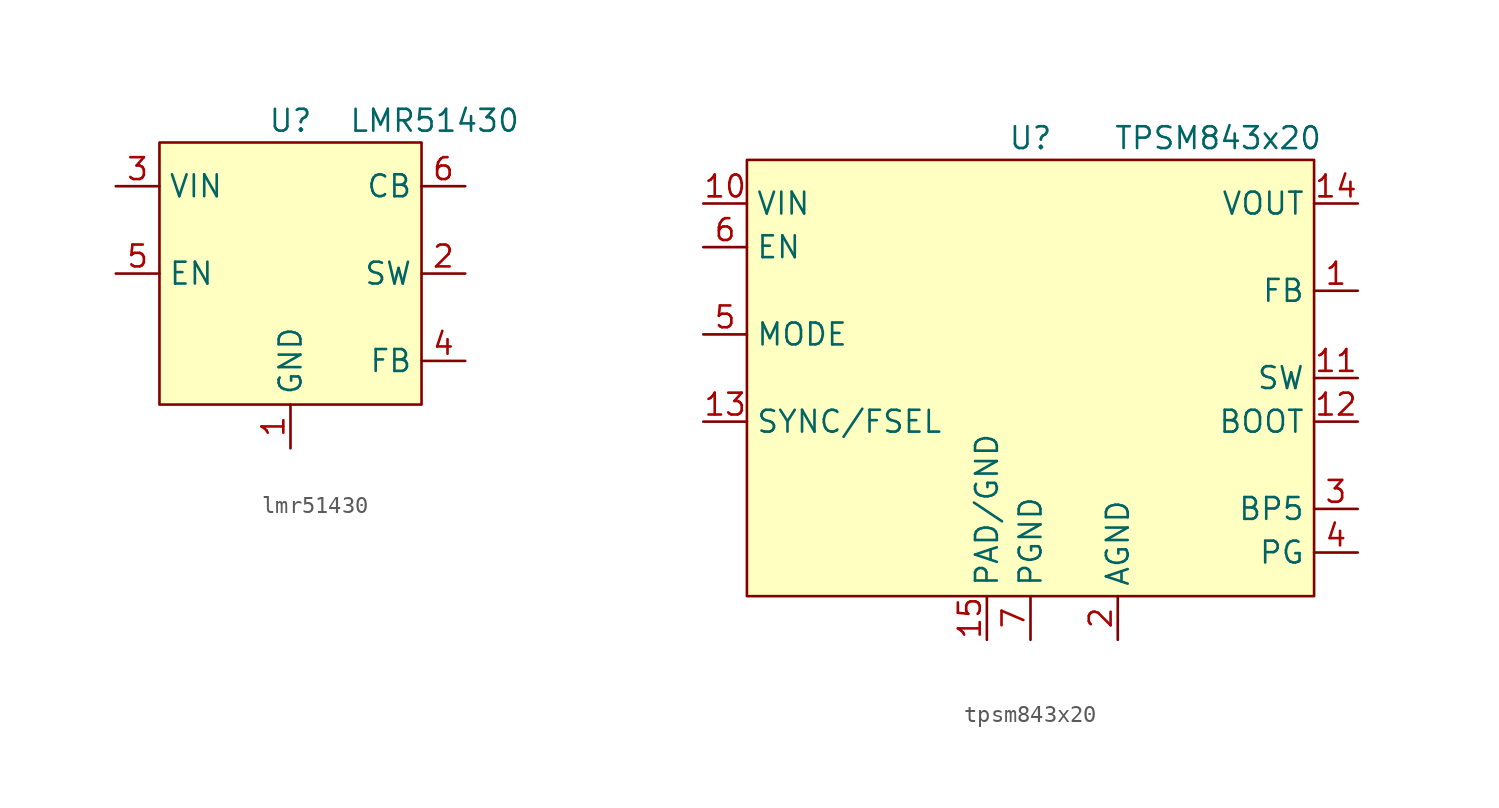
<source format=kicad_sym>
(kicad_symbol_lib
  (version 20241209)
  (generator "kicad_symbol_editor")
  (generator_version "9.0")
  (symbol "lmr51430"
    (property "Reference" "U"
      (at 0 8.89 0)
      (effects (font (size 1.27 1.27))))
    (property "Value" "LMR51430"
      (at 8.382 8.89 0)
      (effects (font (size 1.27 1.27))))
    (symbol "lmr51430_0_0"
      (pin input line (at -10.16 0 0) (length 2.54) (name "EN" (effects (font (size 1.27 1.27)))) (number "5" (effects (font (size 1.27 1.27)))))
      (pin power_in line (at 0 -10.16 90) (length 2.54) (name "GND" (effects (font (size 1.27 1.27)))) (number "1" (effects (font (size 1.27 1.27)))))
      (pin input line (at 10.16 5.08 180) (length 2.54) (name "CB" (effects (font (size 1.27 1.27)))) (number "6" (effects (font (size 1.27 1.27)))))
      (pin input line (at 10.16 -5.08 180) (length 2.54) (name "FB" (effects (font (size 1.27 1.27)))) (number "4" (effects (font (size 1.27 1.27))))))
    (symbol "lmr51430_1_0"
      (pin power_in line (at -10.16 5.08 0) (length 2.54) (name "VIN" (effects (font (size 1.27 1.27)))) (number "3" (effects (font (size 1.27 1.27)))))
      (pin power_out line (at 10.16 0 180) (length 2.54) (name "SW" (effects (font (size 1.27 1.27)))) (number "2" (effects (font (size 1.27 1.27))))))
    (symbol "lmr51430_1_1"
      (rectangle (start -7.62 7.62) (end 7.62 -7.62) (stroke (width 0) (type default)) (fill (type background)))))
  (symbol "tpsm843x20"
    (property "Reference" "U"
      (at 0 13.97 0)
      (effects (font (size 1.27 1.27))))
    (property "Value" "TPSM843x20"
      (at 10.922 13.97 0)
      (effects (font (size 1.27 1.27))))
    (symbol "tpsm843x20_0_0"
      (pin power_in line (at -19.05 10.16 0) (length 2.54) (name "VIN" (effects (font (size 1.27 1.27)))) (number "10" (effects (font (size 1.27 1.27)))))
      (pin input line (at -19.05 7.62 0) (length 2.54) (name "EN" (effects (font (size 1.27 1.27)))) (number "6" (effects (font (size 1.27 1.27)))))
      (pin input line (at -19.05 2.54 0) (length 2.54) (name "MODE" (effects (font (size 1.27 1.27)))) (number "5" (effects (font (size 1.27 1.27)))))
      (pin power_out line (at 19.05 10.16 180) (length 2.54) (name "VOUT" (effects (font (size 1.27 1.27)))) (number "14" (effects (font (size 1.27 1.27)))))
      (pin input line (at 19.05 5.08 180) (length 2.54) (name "FB" (effects (font (size 1.27 1.27)))) (number "1" (effects (font (size 1.27 1.27)))))
      (pin output line (at 19.05 -10.16 180) (length 2.54) (name "PG" (effects (font (size 1.27 1.27)))) (number "4" (effects (font (size 1.27 1.27))))))
    (symbol "tpsm843x20_1_0"
      (pin input line (at -19.05 -2.54 0) (length 2.54) (name "SYNC/FSEL" (effects (font (size 1.27 1.27)))) (number "13" (effects (font (size 1.27 1.27)))))
      (pin passive line (at -2.54 -15.24 90) (length 2.54) (name "PAD/GND" (effects (font (size 1.27 1.27)))) (number "15" (effects (font (size 1.27 1.27)))))
      (pin power_in line (at 0 -15.24 90) (length 2.54) (name "PGND" (effects (font (size 1.27 1.27)))) (number "7" (effects (font (size 1.27 1.27)))))
      (pin passive line (at 0 -15.24 90) (length 2.54) (hide yes) (name "PGND" (effects (font (size 1.27 1.27)))) (number "8" (effects (font (size 1.27 1.27)))))
      (pin passive line (at 0 -15.24 90) (length 2.54) (hide yes) (name "PGND" (effects (font (size 1.27 1.27)))) (number "9" (effects (font (size 1.27 1.27)))))
      (pin power_in line (at 5.08 -15.24 90) (length 2.54) (name "AGND" (effects (font (size 1.27 1.27)))) (number "2" (effects (font (size 1.27 1.27)))))
      (pin output line (at 19.05 0 180) (length 2.54) (name "SW" (effects (font (size 1.27 1.27)))) (number "11" (effects (font (size 1.27 1.27)))))
      (pin output line (at 19.05 -2.54 180) (length 2.54) (name "BOOT" (effects (font (size 1.27 1.27)))) (number "12" (effects (font (size 1.27 1.27)))))
      (pin output line (at 19.05 -7.62 180) (length 2.54) (name "BP5" (effects (font (size 1.27 1.27)))) (number "3" (effects (font (size 1.27 1.27))))))
    (symbol "tpsm843x20_1_1"
      (rectangle (start -16.51 12.7) (end 16.51 -12.7) (stroke (width 0) (type default)) (fill (type background))))))
</source>
